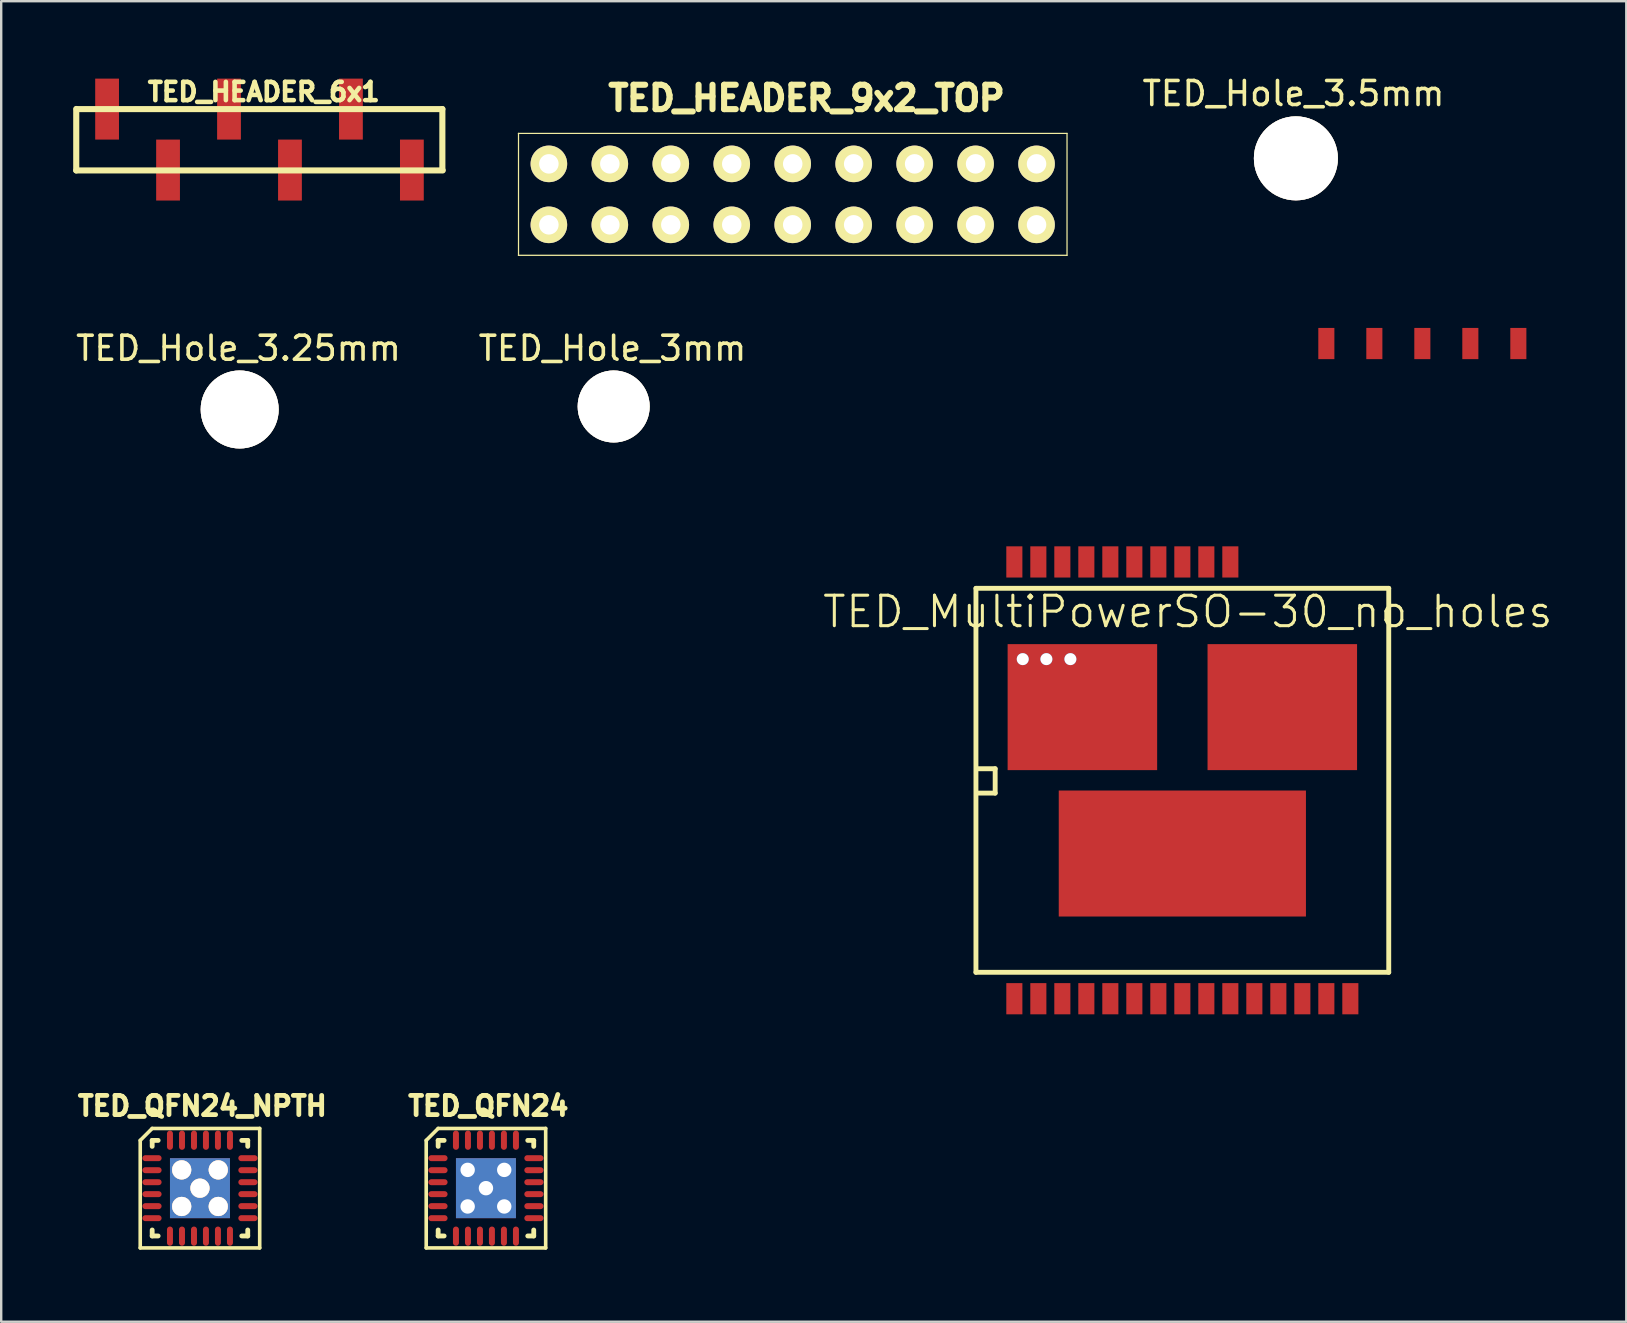
<source format=kicad_pcb>
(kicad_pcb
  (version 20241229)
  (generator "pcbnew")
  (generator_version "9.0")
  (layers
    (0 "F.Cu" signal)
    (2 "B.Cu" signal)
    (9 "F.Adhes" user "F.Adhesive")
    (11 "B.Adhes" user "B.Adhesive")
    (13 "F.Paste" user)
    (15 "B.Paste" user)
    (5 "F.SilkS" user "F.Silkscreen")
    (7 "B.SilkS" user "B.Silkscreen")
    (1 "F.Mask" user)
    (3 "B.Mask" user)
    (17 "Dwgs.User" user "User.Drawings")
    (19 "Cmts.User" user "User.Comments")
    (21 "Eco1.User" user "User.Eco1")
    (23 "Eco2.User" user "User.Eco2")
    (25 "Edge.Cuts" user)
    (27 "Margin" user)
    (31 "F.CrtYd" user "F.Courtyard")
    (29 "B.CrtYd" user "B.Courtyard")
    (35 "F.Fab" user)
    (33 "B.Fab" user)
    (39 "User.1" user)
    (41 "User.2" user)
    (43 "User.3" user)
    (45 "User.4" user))
  (footprint "TED_HEADER_9x2_TOP"
    (layer "F.Cu")
    (at 29.98 5.048)
    (property "Reference" "TED_HEADER_9x2_TOP" (at 0.577 -4.008 0) (layer "F.SilkS") (effects (font (size 1.016 1.016) (thickness 0.254))))
    (attr through_hole)
    (fp_line (start -11.43 -2.54) (end 11.43 -2.54) (stroke (width 0.051) (type solid)) (layer "F.SilkS"))
    (fp_line (start -11.425 2.54) (end -11.425 -2.54) (stroke (width 0.051) (type solid)) (layer "F.SilkS"))
    (fp_line (start 11.43 -2.54) (end 11.43 2.54) (stroke (width 0.051) (type solid)) (layer "F.SilkS"))
    (fp_line (start 11.43 2.54) (end -11.43 2.54) (stroke (width 0.051) (type solid)) (layer "F.SilkS"))
    (pad "1" thru_hole circle (at -10.16 1.27) (size 1.524 1.524) (drill 0.813) (layers "F.Cu" "F.Mask" "F.SilkS"))
    (pad "2" thru_hole circle (at -7.62 1.27) (size 1.524 1.524) (drill 0.813) (layers "F.Cu" "F.Mask" "F.SilkS"))
    (pad "3" thru_hole circle (at -5.08 1.27) (size 1.524 1.524) (drill 0.813) (layers "F.Cu" "F.Mask" "F.SilkS"))
    (pad "4" thru_hole circle (at -2.54 1.27) (size 1.524 1.524) (drill 0.813) (layers "F.Cu" "F.Mask" "F.SilkS"))
    (pad "5" thru_hole circle (at 0 1.27) (size 1.524 1.524) (drill 0.813) (layers "F.Cu" "F.Mask" "F.SilkS"))
    (pad "6" thru_hole circle (at 2.54 1.27) (size 1.524 1.524) (drill 0.813) (layers "F.Cu" "F.Mask" "F.SilkS"))
    (pad "7" thru_hole circle (at 5.08 1.27) (size 1.524 1.524) (drill 0.813) (layers "F.Cu" "F.Mask" "F.SilkS"))
    (pad "8" thru_hole circle (at 7.62 1.27) (size 1.524 1.524) (drill 0.813) (layers "F.Cu" "F.Mask" "F.SilkS"))
    (pad "9" thru_hole circle (at 10.16 1.27) (size 1.524 1.524) (drill 0.813) (layers "F.Cu" "F.Mask" "F.SilkS"))
    (pad "10" thru_hole circle (at 10.16 -1.27) (size 1.524 1.524) (drill 0.813) (layers "F.Cu" "F.Mask" "F.SilkS"))
    (pad "11" thru_hole circle (at 7.62 -1.27) (size 1.524 1.524) (drill 0.813) (layers "F.Cu" "F.Mask" "F.SilkS"))
    (pad "12" thru_hole circle (at 5.08 -1.27) (size 1.524 1.524) (drill 0.813) (layers "F.Cu" "F.Mask" "F.SilkS"))
    (pad "13" thru_hole circle (at 2.54 -1.27) (size 1.524 1.524) (drill 0.813) (layers "F.Cu" "F.Mask" "F.SilkS"))
    (pad "14" thru_hole circle (at 0 -1.27) (size 1.524 1.524) (drill 0.813) (layers "F.Cu" "F.Mask" "F.SilkS"))
    (pad "15" thru_hole circle (at -2.54 -1.27) (size 1.524 1.524) (drill 0.813) (layers "F.Cu" "F.Mask" "F.SilkS"))
    (pad "16" thru_hole circle (at -5.08 -1.27) (size 1.524 1.524) (drill 0.813) (layers "F.Cu" "F.Mask" "F.SilkS"))
    (pad "17" thru_hole circle (at -7.62 -1.27) (size 1.524 1.524) (drill 0.813) (layers "F.Cu" "F.Mask" "F.SilkS"))
    (pad "18" thru_hole circle (at -10.16 -1.27) (size 1.524 1.524) (drill 0.813) (layers "F.Cu" "F.Mask" "F.SilkS")))
  (footprint "TED_HEADER_6x1"
    (layer "F.Cu")
    (at 7.762 2.766)
    (property "Reference" "TED_HEADER_6x1" (at 0.178 -1.986 0) (layer "F.SilkS") (effects (font (size 0.762 0.762) (thickness 0.191))))
    (attr through_hole)
    (fp_line (start -7.635 1.285) (end -7.635 -1.275) (stroke (width 0.254) (type solid)) (layer "F.SilkS"))
    (fp_line (start 7.62 -1.27) (end -7.62 -1.27) (stroke (width 0.254) (type solid)) (layer "F.SilkS"))
    (fp_line (start 7.62 -1.27) (end 7.62 1.27) (stroke (width 0.254) (type solid)) (layer "F.SilkS"))
    (fp_line (start 7.635 1.285) (end -7.635 1.285) (stroke (width 0.254) (type solid)) (layer "F.SilkS"))
    (pad "1" smd rect (at -6.35 -1.27) (size 0.991 2.54) (layers "F.Cu" "F.Mask" "F.Paste"))
    (pad "2" smd rect (at -3.81 1.27) (size 0.991 2.54) (layers "F.Cu" "F.Mask" "F.Paste"))
    (pad "3" smd rect (at -1.27 -1.27) (size 0.991 2.54) (layers "F.Cu" "F.Mask" "F.Paste"))
    (pad "4" smd rect (at 1.27 1.27) (size 0.991 2.54) (layers "F.Cu" "F.Mask" "F.Paste"))
    (pad "5" smd rect (at 3.81 -1.27) (size 0.991 2.54) (layers "F.Cu" "F.Mask" "F.Paste"))
    (pad "6" smd rect (at 6.35 1.27) (size 0.991 2.54) (layers "F.Cu" "F.Mask" "F.Paste")))
  (footprint "TED_Hole_3.25mm"
    (layer "F.Cu")
    (at 6.937 14.012)
    (property "Reference" "TED_Hole_3.25mm" (at -0.05 -2.55 0) (layer "F.SilkS") (effects (font (size 1 1) (thickness 0.15))))
    (attr through_hole)
    (pad "1" thru_hole circle (at 0 0) (size 3.25 3.25) (drill 3.25) (layers "*.Cu" "*.Mask" "F.SilkS")))
  (footprint "TED_Hole_3.5mm"
    (layer "F.Cu")
    (at 50.946 3.548)
    (property "Reference" "TED_Hole_3.5mm" (at -0.1 -2.7 0) (layer "F.SilkS") (effects (font (size 1 1) (thickness 0.15))))
    (attr through_hole)
    (pad "1" thru_hole circle (at 0 0) (size 3.5 3.5) (drill 3.5) (layers "*.Cu" "*.Mask" "F.SilkS")))
  (footprint "TED_MultiPowerSO-30_no_holes"
    (layer "F.Cu")
    (at 46.215 29.464)
    (property "Reference" "TED_MultiPowerSO-30_no_holes" (at 0.225 -7.025 0) (layer "F.SilkS") (effects (font (size 1.27 1.27) (thickness 0.127))))
    (attr smd)
    (fp_line (start -8.6 -8) (end 8.6 -8) (stroke (width 0.203) (type solid)) (layer "F.SilkS"))
    (fp_line (start -8.6 8) (end -8.6 -8) (stroke (width 0.203) (type solid)) (layer "F.SilkS"))
    (fp_line (start -8.561 -0.483) (end -7.799 -0.483) (stroke (width 0.203) (type solid)) (layer "F.SilkS"))
    (fp_line (start -7.799 -0.483) (end -7.799 0.533) (stroke (width 0.203) (type solid)) (layer "F.SilkS"))
    (fp_line (start -7.799 0.533) (end -8.561 0.533) (stroke (width 0.203) (type solid)) (layer "F.SilkS"))
    (fp_line (start 8.6 -8) (end 8.6 8) (stroke (width 0.203) (type solid)) (layer "F.SilkS"))
    (fp_line (start 8.6 8) (end -8.6 8) (stroke (width 0.203) (type solid)) (layer "F.SilkS"))
    (pad "1" smd rect (at -7 9.1) (size 0.67 1.3) (layers "F.Cu" "F.Mask" "F.Paste"))
    (pad "2" smd rect (at -6 9.1) (size 0.67 1.3) (layers "F.Cu" "F.Mask" "F.Paste"))
    (pad "3" smd rect (at -5 9.1) (size 0.67 1.3) (layers "F.Cu" "F.Mask" "F.Paste"))
    (pad "4" smd rect (at -4 9.1) (size 0.67 1.3) (layers "F.Cu" "F.Mask" "F.Paste"))
    (pad "5" smd rect (at -3 9.1) (size 0.67 1.3) (layers "F.Cu" "F.Mask" "F.Paste"))
    (pad "6" smd rect (at -2 9.1) (size 0.67 1.3) (layers "F.Cu" "F.Mask" "F.Paste"))
    (pad "7" smd rect (at -1 9.1) (size 0.67 1.3) (layers "F.Cu" "F.Mask" "F.Paste"))
    (pad "8" smd rect (at 0 9.1) (size 0.67 1.3) (layers "F.Cu" "F.Mask" "F.Paste"))
    (pad "9" smd rect (at 1 9.1) (size 0.67 1.3) (layers "F.Cu" "F.Mask" "F.Paste"))
    (pad "10" smd rect (at 2 9.1) (size 0.67 1.3) (layers "F.Cu" "F.Mask" "F.Paste"))
    (pad "11" smd rect (at 3 9.1) (size 0.67 1.3) (layers "F.Cu" "F.Mask" "F.Paste"))
    (pad "12" smd rect (at 4 9.1) (size 0.67 1.3) (layers "F.Cu" "F.Mask" "F.Paste"))
    (pad "13" smd rect (at 5 9.1) (size 0.67 1.3) (layers "F.Cu" "F.Mask" "F.Paste"))
    (pad "14" smd rect (at 6 9.1) (size 0.67 1.3) (layers "F.Cu" "F.Mask" "F.Paste"))
    (pad "15" smd rect (at 7 9.1) (size 0.67 1.3) (layers "F.Cu" "F.Mask" "F.Paste"))
    (pad "16" smd rect (at 14 -18.2) (size 0.67 1.3) (layers "F.Cu" "F.Mask" "F.Paste"))
    (pad "17" smd rect (at 12 -18.2) (size 0.67 1.3) (layers "F.Cu" "F.Mask" "F.Paste"))
    (pad "18" smd rect (at 10 -18.2) (size 0.67 1.3) (layers "F.Cu" "F.Mask" "F.Paste"))
    (pad "19" smd rect (at 8 -18.2) (size 0.67 1.3) (layers "F.Cu" "F.Mask" "F.Paste"))
    (pad "20" smd rect (at 6 -18.2) (size 0.67 1.3) (layers "F.Cu" "F.Mask" "F.Paste"))
    (pad "21" smd rect (at 2 -9.1) (size 0.67 1.3) (layers "F.Cu" "F.Mask" "F.Paste"))
    (pad "22" smd rect (at 1 -9.1) (size 0.67 1.3) (layers "F.Cu" "F.Mask" "F.Paste"))
    (pad "23" smd rect (at 0 -9.1) (size 0.67 1.3) (layers "F.Cu" "F.Mask" "F.Paste"))
    (pad "24" smd rect (at -1 -9.1) (size 0.67 1.3) (layers "F.Cu" "F.Mask" "F.Paste"))
    (pad "25" smd rect (at -2 -9.1) (size 0.67 1.3) (layers "F.Cu" "F.Mask" "F.Paste"))
    (pad "26" smd rect (at -3 -9.1) (size 0.67 1.3) (layers "F.Cu" "F.Mask" "F.Paste"))
    (pad "27" smd rect (at -4 -9.1) (size 0.67 1.3) (layers "F.Cu" "F.Mask" "F.Paste"))
    (pad "28" smd rect (at -5 -9.1) (size 0.67 1.3) (layers "F.Cu" "F.Mask" "F.Paste"))
    (pad "29" smd rect (at -6 -9.1) (size 0.67 1.3) (layers "F.Cu" "F.Mask" "F.Paste"))
    (pad "30" smd rect (at -7 -9.1) (size 0.67 1.3) (layers "F.Cu" "F.Mask" "F.Paste"))
    (pad "31" smd rect (at 0 3.05) (size 10.3 5.25) (layers "F.Cu" "F.Mask" "F.Paste"))
    (pad "32" smd rect (at 4.165 -3.05) (size 6.23 5.25) (layers "F.Cu" "F.Mask" "F.Paste"))
    (pad "33" thru_hole circle (at -6.65 -5.05) (size 0.5 0.5) (drill 0.5) (layers "*.Cu"))
    (pad "33" thru_hole circle (at -5.665 -5.05) (size 0.5 0.5) (drill 0.5) (layers "*.Cu"))
    (pad "33" thru_hole circle (at -4.665 -5.05) (size 0.5 0.5) (drill 0.5) (layers "*.Cu"))
    (pad "33" smd rect (at -4.165 -3.05) (size 6.23 5.25) (layers "F.Cu" "F.Mask" "F.Paste")))
  (footprint "TED_Hole_3mm"
    (layer "F.Cu")
    (at 22.52 13.887)
    (property "Reference" "TED_Hole_3mm" (at -0.05 -2.425 0) (layer "F.SilkS") (effects (font (size 1 1) (thickness 0.15))))
    (attr through_hole)
    (pad "1" thru_hole circle (at 0 0) (size 3 3) (drill 3) (layers "*.Cu" "*.Mask" "F.SilkS")))
  (footprint "TED_QFN24_NPTH"
    (layer "F.Cu")
    (at 5.282 46.458)
    (property "Reference" "TED_QFN24_NPTH" (at 0.1 -3.425 0) (layer "F.SilkS") (effects (font (size 0.8 0.8) (thickness 0.2))))
    (attr through_hole)
    (fp_line (start -2.489 -1.991) (end -2.489 2.489) (stroke (width 0.15) (type solid)) (layer "F.SilkS"))
    (fp_line (start -2.489 -1.991) (end -1.991 -2.489) (stroke (width 0.15) (type solid)) (layer "F.SilkS"))
    (fp_line (start -1.991 -2.489) (end 2.489 -2.489) (stroke (width 0.15) (type solid)) (layer "F.SilkS"))
    (fp_line (start -1.991 -1.991) (end -1.742 -1.991) (stroke (width 0.201) (type solid)) (layer "F.SilkS"))
    (fp_line (start -1.991 -1.742) (end -1.991 -1.991) (stroke (width 0.201) (type solid)) (layer "F.SilkS"))
    (fp_line (start -1.991 1.991) (end -1.991 1.742) (stroke (width 0.201) (type solid)) (layer "F.SilkS"))
    (fp_line (start -1.742 1.991) (end -1.991 1.991) (stroke (width 0.201) (type solid)) (layer "F.SilkS"))
    (fp_line (start 1.742 -1.991) (end 1.991 -1.991) (stroke (width 0.201) (type solid)) (layer "F.SilkS"))
    (fp_line (start 1.991 -1.991) (end 1.991 -1.742) (stroke (width 0.201) (type solid)) (layer "F.SilkS"))
    (fp_line (start 1.991 1.742) (end 1.991 1.991) (stroke (width 0.201) (type solid)) (layer "F.SilkS"))
    (fp_line (start 1.991 1.991) (end 1.742 1.991) (stroke (width 0.201) (type solid)) (layer "F.SilkS"))
    (fp_line (start 2.489 -2.489) (end 2.489 2.489) (stroke (width 0.15) (type solid)) (layer "F.SilkS"))
    (fp_line (start 2.489 2.489) (end -2.489 2.489) (stroke (width 0.15) (type solid)) (layer "F.SilkS"))
    (pad "" np_thru_hole circle (at -0.762 -0.762 270) (size 0.8 0.8) (drill 0.8) (layers "*.Cu" "*.SilkS" "*.Mask"))
    (pad "" np_thru_hole circle (at -0.762 0.762 270) (size 0.8 0.8) (drill 0.8) (layers "*.Cu" "*.SilkS" "*.Mask"))
    (pad "" np_thru_hole circle (at 0 0 270) (size 0.8 0.8) (drill 0.8) (layers "*.Cu" "*.SilkS" "*.Mask"))
    (pad "" np_thru_hole circle (at 0.762 -0.762 270) (size 0.8 0.8) (drill 0.8) (layers "*.Cu" "*.SilkS" "*.Mask"))
    (pad "" np_thru_hole circle (at 0.762 0.762 270) (size 0.8 0.8) (drill 0.8) (layers "*.Cu" "*.SilkS" "*.Mask"))
    (pad "1" smd oval (at -1.999 -1.25) (size 0.8 0.249) (layers "F.Cu" "F.Mask" "F.Paste"))
    (pad "2" smd oval (at -1.999 -0.749) (size 0.8 0.249) (layers "F.Cu" "F.Mask" "F.Paste"))
    (pad "3" smd oval (at -1.999 -0.249) (size 0.8 0.249) (layers "F.Cu" "F.Mask" "F.Paste"))
    (pad "4" smd oval (at -1.999 0.249) (size 0.8 0.249) (layers "F.Cu" "F.Mask" "F.Paste"))
    (pad "5" smd oval (at -1.999 0.749) (size 0.8 0.249) (layers "F.Cu" "F.Mask" "F.Paste"))
    (pad "6" smd oval (at -1.999 1.25) (size 0.8 0.249) (layers "F.Cu" "F.Mask" "F.Paste"))
    (pad "7" smd oval (at -1.25 1.999 90) (size 0.8 0.249) (layers "F.Cu" "F.Mask" "F.Paste"))
    (pad "8" smd oval (at -0.749 1.999 90) (size 0.8 0.249) (layers "F.Cu" "F.Mask" "F.Paste"))
    (pad "9" smd oval (at -0.249 1.999 90) (size 0.8 0.249) (layers "F.Cu" "F.Mask" "F.Paste"))
    (pad "10" smd oval (at 0.249 1.999 90) (size 0.8 0.249) (layers "F.Cu" "F.Mask" "F.Paste"))
    (pad "11" smd oval (at 0.749 1.999 90) (size 0.8 0.249) (layers "F.Cu" "F.Mask" "F.Paste"))
    (pad "12" smd oval (at 1.25 1.999 90) (size 0.8 0.249) (layers "F.Cu" "F.Mask" "F.Paste"))
    (pad "13" smd oval (at 1.999 1.25 180) (size 0.8 0.249) (layers "F.Cu" "F.Mask" "F.Paste"))
    (pad "14" smd oval (at 1.999 0.749 180) (size 0.8 0.249) (layers "F.Cu" "F.Mask" "F.Paste"))
    (pad "15" smd oval (at 1.999 0.249 180) (size 0.8 0.249) (layers "F.Cu" "F.Mask" "F.Paste"))
    (pad "16" smd oval (at 1.999 -0.249 180) (size 0.8 0.249) (layers "F.Cu" "F.Mask" "F.Paste"))
    (pad "17" smd oval (at 1.999 -0.749 180) (size 0.8 0.249) (layers "F.Cu" "F.Mask" "F.Paste"))
    (pad "18" smd oval (at 1.999 -1.25 180) (size 0.8 0.249) (layers "F.Cu" "F.Mask" "F.Paste"))
    (pad "19" smd oval (at 1.25 -1.999 270) (size 0.8 0.249) (layers "F.Cu" "F.Mask" "F.Paste"))
    (pad "20" smd oval (at 0.749 -1.999 270) (size 0.8 0.249) (layers "F.Cu" "F.Mask" "F.Paste"))
    (pad "21" smd oval (at 0.249 -1.999 270) (size 0.8 0.249) (layers "F.Cu" "F.Mask" "F.Paste"))
    (pad "22" smd oval (at -0.249 -1.999 270) (size 0.8 0.249) (layers "F.Cu" "F.Mask" "F.Paste"))
    (pad "23" smd oval (at -0.749 -1.999 270) (size 0.8 0.249) (layers "F.Cu" "F.Mask" "F.Paste"))
    (pad "24" smd oval (at -1.25 -1.999 270) (size 0.8 0.249) (layers "F.Cu" "F.Mask" "F.Paste"))
    (pad "25" smd rect (at 0 0 270) (size 2.499 2.499) (layers "F.Cu" "F.Paste"))
    (pad "25" smd rect (at 0 0 270) (size 2.499 2.499) (layers "B.Cu" "B.Paste")))
  (footprint "TED_QFN24"
    (layer "F.Cu")
    (at 17.198 46.458)
    (property "Reference" "TED_QFN24" (at 0.1 -3.425 0) (layer "F.SilkS") (effects (font (size 0.8 0.8) (thickness 0.2))))
    (attr through_hole)
    (fp_line (start -2.489 -1.991) (end -2.489 2.489) (stroke (width 0.15) (type solid)) (layer "F.SilkS"))
    (fp_line (start -2.489 -1.991) (end -1.991 -2.489) (stroke (width 0.15) (type solid)) (layer "F.SilkS"))
    (fp_line (start -1.991 -2.489) (end 2.489 -2.489) (stroke (width 0.15) (type solid)) (layer "F.SilkS"))
    (fp_line (start -1.991 -1.991) (end -1.742 -1.991) (stroke (width 0.201) (type solid)) (layer "F.SilkS"))
    (fp_line (start -1.991 -1.742) (end -1.991 -1.991) (stroke (width 0.201) (type solid)) (layer "F.SilkS"))
    (fp_line (start -1.991 1.991) (end -1.991 1.742) (stroke (width 0.201) (type solid)) (layer "F.SilkS"))
    (fp_line (start -1.742 1.991) (end -1.991 1.991) (stroke (width 0.201) (type solid)) (layer "F.SilkS"))
    (fp_line (start 1.742 -1.991) (end 1.991 -1.991) (stroke (width 0.201) (type solid)) (layer "F.SilkS"))
    (fp_line (start 1.991 -1.991) (end 1.991 -1.742) (stroke (width 0.201) (type solid)) (layer "F.SilkS"))
    (fp_line (start 1.991 1.742) (end 1.991 1.991) (stroke (width 0.201) (type solid)) (layer "F.SilkS"))
    (fp_line (start 1.991 1.991) (end 1.742 1.991) (stroke (width 0.201) (type solid)) (layer "F.SilkS"))
    (fp_line (start 2.489 -2.489) (end 2.489 2.489) (stroke (width 0.15) (type solid)) (layer "F.SilkS"))
    (fp_line (start 2.489 2.489) (end -2.489 2.489) (stroke (width 0.15) (type solid)) (layer "F.SilkS"))
    (pad "1" smd oval (at -1.999 -1.25) (size 0.8 0.249) (layers "F.Cu" "F.Mask" "F.Paste"))
    (pad "2" smd oval (at -1.999 -0.749) (size 0.8 0.249) (layers "F.Cu" "F.Mask" "F.Paste"))
    (pad "3" smd oval (at -1.999 -0.249) (size 0.8 0.249) (layers "F.Cu" "F.Mask" "F.Paste"))
    (pad "4" smd oval (at -1.999 0.249) (size 0.8 0.249) (layers "F.Cu" "F.Mask" "F.Paste"))
    (pad "5" smd oval (at -1.999 0.749) (size 0.8 0.249) (layers "F.Cu" "F.Mask" "F.Paste"))
    (pad "6" smd oval (at -1.999 1.25) (size 0.8 0.249) (layers "F.Cu" "F.Mask" "F.Paste"))
    (pad "7" smd oval (at -1.25 1.999 90) (size 0.8 0.249) (layers "F.Cu" "F.Mask" "F.Paste"))
    (pad "8" smd oval (at -0.749 1.999 90) (size 0.8 0.249) (layers "F.Cu" "F.Mask" "F.Paste"))
    (pad "9" smd oval (at -0.249 1.999 90) (size 0.8 0.249) (layers "F.Cu" "F.Mask" "F.Paste"))
    (pad "10" smd oval (at 0.249 1.999 90) (size 0.8 0.249) (layers "F.Cu" "F.Mask" "F.Paste"))
    (pad "11" smd oval (at 0.749 1.999 90) (size 0.8 0.249) (layers "F.Cu" "F.Mask" "F.Paste"))
    (pad "12" smd oval (at 1.25 1.999 90) (size 0.8 0.249) (layers "F.Cu" "F.Mask" "F.Paste"))
    (pad "13" smd oval (at 1.999 1.25 180) (size 0.8 0.249) (layers "F.Cu" "F.Mask" "F.Paste"))
    (pad "14" smd oval (at 1.999 0.749 180) (size 0.8 0.249) (layers "F.Cu" "F.Mask" "F.Paste"))
    (pad "15" smd oval (at 1.999 0.249 180) (size 0.8 0.249) (layers "F.Cu" "F.Mask" "F.Paste"))
    (pad "16" smd oval (at 1.999 -0.249 180) (size 0.8 0.249) (layers "F.Cu" "F.Mask" "F.Paste"))
    (pad "17" smd oval (at 1.999 -0.749 180) (size 0.8 0.249) (layers "F.Cu" "F.Mask" "F.Paste"))
    (pad "18" smd oval (at 1.999 -1.25 180) (size 0.8 0.249) (layers "F.Cu" "F.Mask" "F.Paste"))
    (pad "19" smd oval (at 1.25 -1.999 270) (size 0.8 0.249) (layers "F.Cu" "F.Mask" "F.Paste"))
    (pad "20" smd oval (at 0.749 -1.999 270) (size 0.8 0.249) (layers "F.Cu" "F.Mask" "F.Paste"))
    (pad "21" smd oval (at 0.249 -1.999 270) (size 0.8 0.249) (layers "F.Cu" "F.Mask" "F.Paste"))
    (pad "22" smd oval (at -0.249 -1.999 270) (size 0.8 0.249) (layers "F.Cu" "F.Mask" "F.Paste"))
    (pad "23" smd oval (at -0.749 -1.999 270) (size 0.8 0.249) (layers "F.Cu" "F.Mask" "F.Paste"))
    (pad "24" smd oval (at -1.25 -1.999 270) (size 0.8 0.249) (layers "F.Cu" "F.Mask" "F.Paste"))
    (pad "25" thru_hole circle (at -0.762 -0.762 270) (size 0.6 0.6) (drill 0.6) (layers "*.Cu"))
    (pad "25" thru_hole circle (at -0.762 0.762 270) (size 0.6 0.6) (drill 0.6) (layers "*.Cu"))
    (pad "25" thru_hole circle (at 0 0 270) (size 0.6 0.6) (drill 0.6) (layers "*.Cu"))
    (pad "25" smd rect (at 0 0 270) (size 2.499 2.499) (layers "F.Cu" "F.Paste"))
    (pad "25" smd rect (at 0 0 270) (size 2.499 2.499) (layers "B.Cu" "B.Paste"))
    (pad "25" thru_hole circle (at 0.762 -0.762 270) (size 0.6 0.6) (drill 0.6) (layers "*.Cu"))
    (pad "25" thru_hole circle (at 0.762 0.762 270) (size 0.6 0.6) (drill 0.6) (layers "*.Cu")))
  (gr_rect
    (start -3 -3)
    (end 64.713 52.022)
    (stroke (width 0.1) (type default))
    (fill no)
    (layer "Edge.Cuts")))
</source>
